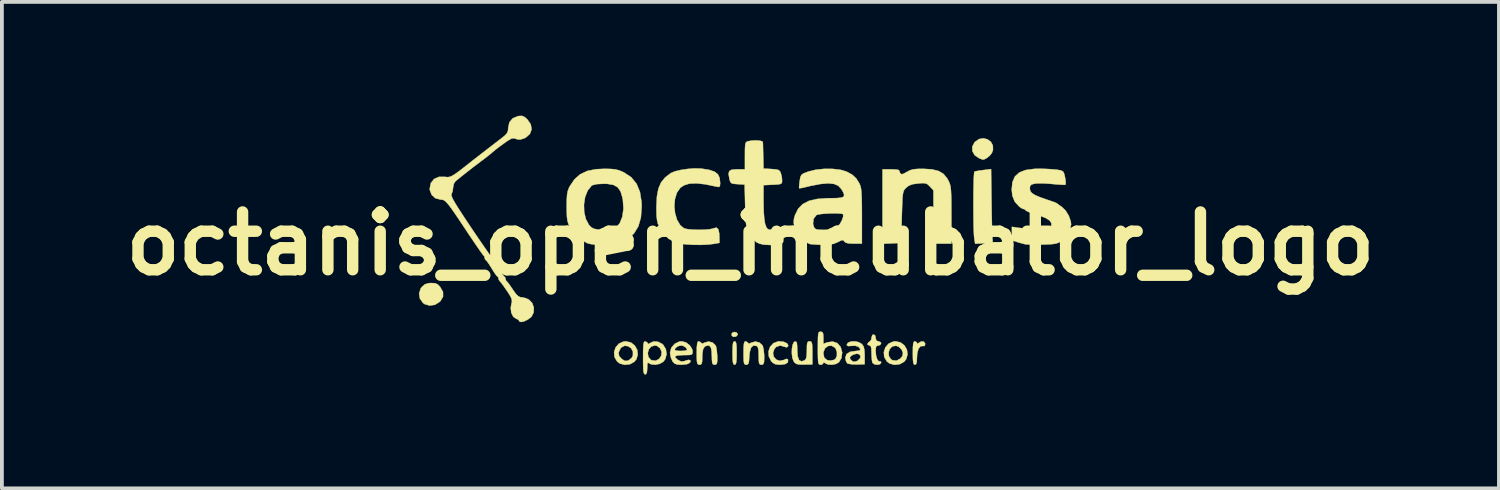
<source format=kicad_pcb>
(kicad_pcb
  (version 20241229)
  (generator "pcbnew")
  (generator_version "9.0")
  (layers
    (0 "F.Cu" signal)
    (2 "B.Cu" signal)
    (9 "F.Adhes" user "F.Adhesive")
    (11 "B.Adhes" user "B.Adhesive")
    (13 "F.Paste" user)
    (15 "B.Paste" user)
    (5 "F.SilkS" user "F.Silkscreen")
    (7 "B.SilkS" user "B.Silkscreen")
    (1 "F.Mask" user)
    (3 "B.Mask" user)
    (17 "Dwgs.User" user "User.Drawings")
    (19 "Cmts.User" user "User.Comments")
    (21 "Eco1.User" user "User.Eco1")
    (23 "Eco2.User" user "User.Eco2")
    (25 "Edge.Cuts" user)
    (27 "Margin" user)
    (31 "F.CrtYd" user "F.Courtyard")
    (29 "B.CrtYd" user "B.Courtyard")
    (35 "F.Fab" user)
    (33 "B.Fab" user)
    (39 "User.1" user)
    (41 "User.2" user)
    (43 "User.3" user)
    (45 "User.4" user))
  (footprint "octanis_open_incubator_logo"
    (layer "F.Cu")
    (at 16.735 3.373)
    (property "Reference" "octanis_open_incubator_logo" (at 0 0 0) (layer "F.SilkS") (effects (font (size 1.524 1.524) (thickness 0.3))))
    (attr through_hole)
    (fp_poly (pts (xy -0.363 2.345) (xy -0.334 2.387) (xy -0.336 2.404) (xy -0.381 2.451) (xy -0.447 2.459) (xy -0.491 2.43) (xy -0.492 2.371) (xy -0.478 2.351) (xy -0.422 2.329) (xy -0.363 2.345)) (stroke (width 0.01) (type solid)) (fill yes) (layer "F.SilkS"))
    (fp_poly (pts (xy -0.39 2.589) (xy -0.373 2.637) (xy -0.365 2.733) (xy -0.363 2.885) (xy -0.365 3.039) (xy -0.374 3.133) (xy -0.39 3.18) (xy -0.417 3.193) (xy -0.444 3.18) (xy -0.461 3.132) (xy -0.469 3.037) (xy -0.472 2.885) (xy -0.469 2.731) (xy -0.461 2.636) (xy -0.444 2.589) (xy -0.417 2.576) (xy -0.39 2.589)) (stroke (width 0.01) (type solid)) (fill yes) (layer "F.SilkS"))
    (fp_poly (pts (xy -8.311 1.045) (xy -8.237 1.081) (xy -8.179 1.144) (xy -8.105 1.275) (xy -8.104 1.399) (xy -8.174 1.516) (xy -8.193 1.535) (xy -8.318 1.613) (xy -8.457 1.633) (xy -8.588 1.595) (xy -8.632 1.564) (xy -8.714 1.45) (xy -8.735 1.317) (xy -8.695 1.187) (xy -8.665 1.145) (xy -8.584 1.074) (xy -8.485 1.043) (xy -8.422 1.039) (xy -8.311 1.045)) (stroke (width 0.01) (type solid)) (fill yes) (layer "F.SilkS"))
    (fp_poly (pts (xy 6.252 -2.749) (xy 6.34 -2.683) (xy 6.392 -2.586) (xy 6.395 -2.469) (xy 6.366 -2.391) (xy 6.311 -2.32) (xy 6.232 -2.256) (xy 6.157 -2.218) (xy 6.121 -2.216) (xy 6.086 -2.229) (xy 6.027 -2.253) (xy 5.913 -2.33) (xy 5.852 -2.438) (xy 5.85 -2.558) (xy 5.911 -2.673) (xy 5.916 -2.678) (xy 6.026 -2.756) (xy 6.142 -2.777) (xy 6.252 -2.749)) (stroke (width 0.01) (type solid)) (fill yes) (layer "F.SilkS"))
    (fp_poly (pts (xy 4.384 2.6) (xy 4.391 2.62) (xy 4.401 2.645) (xy 4.434 2.62) (xy 4.506 2.579) (xy 4.572 2.585) (xy 4.607 2.634) (xy 4.608 2.648) (xy 4.59 2.7) (xy 4.559 2.7) (xy 4.487 2.704) (xy 4.431 2.77) (xy 4.398 2.889) (xy 4.391 2.996) (xy 4.386 3.116) (xy 4.368 3.177) (xy 4.336 3.193) (xy 4.309 3.18) (xy 4.292 3.132) (xy 4.284 3.037) (xy 4.282 2.885) (xy 4.284 2.731) (xy 4.292 2.636) (xy 4.309 2.589) (xy 4.336 2.576) (xy 4.384 2.6)) (stroke (width 0.01) (type solid)) (fill yes) (layer "F.SilkS"))
    (fp_poly (pts (xy 6.357 -1.046) (xy 6.361 -0.792) (xy 6.366 -0.561) (xy 6.372 -0.363) (xy 6.377 -0.209) (xy 6.383 -0.108) (xy 6.387 -0.073) (xy 6.383 -0.042) (xy 6.339 -0.023) (xy 6.243 -0.012) (xy 6.164 -0.008) (xy 5.925 0.003) (xy 5.902 -0.135) (xy 5.894 -0.217) (xy 5.888 -0.351) (xy 5.883 -0.525) (xy 5.881 -0.727) (xy 5.879 -0.944) (xy 5.88 -1.165) (xy 5.881 -1.377) (xy 5.885 -1.568) (xy 5.889 -1.726) (xy 5.896 -1.839) (xy 5.903 -1.895) (xy 5.905 -1.898) (xy 5.954 -1.911) (xy 6.051 -1.927) (xy 6.139 -1.939) (xy 6.345 -1.964) (xy 6.357 -1.046)) (stroke (width 0.01) (type solid)) (fill yes) (layer "F.SilkS"))
    (fp_poly (pts (xy 0.883 2.591) (xy 0.966 2.63) (xy 0.997 2.683) (xy 0.993 2.703) (xy 0.959 2.737) (xy 0.906 2.721) (xy 0.785 2.687) (xy 0.683 2.721) (xy 0.631 2.777) (xy 0.595 2.884) (xy 0.615 2.982) (xy 0.679 3.056) (xy 0.771 3.091) (xy 0.877 3.069) (xy 0.88 3.068) (xy 0.951 3.038) (xy 0.985 3.051) (xy 0.992 3.065) (xy 0.987 3.131) (xy 0.919 3.175) (xy 0.795 3.193) (xy 0.776 3.193) (xy 0.661 3.182) (xy 0.585 3.139) (xy 0.547 3.098) (xy 0.484 2.97) (xy 0.478 2.838) (xy 0.521 2.717) (xy 0.606 2.625) (xy 0.726 2.579) (xy 0.763 2.576) (xy 0.883 2.591)) (stroke (width 0.01) (type solid)) (fill yes) (layer "F.SilkS"))
    (fp_poly (pts (xy 3.961 2.607) (xy 4.063 2.687) (xy 4.126 2.798) (xy 4.142 2.924) (xy 4.106 3.047) (xy 4.053 3.114) (xy 3.937 3.179) (xy 3.801 3.195) (xy 3.671 3.162) (xy 3.599 3.109) (xy 3.528 2.989) (xy 3.518 2.867) (xy 3.643 2.867) (xy 3.65 2.964) (xy 3.702 3.046) (xy 3.746 3.075) (xy 3.85 3.087) (xy 3.95 3.033) (xy 4.008 2.963) (xy 4.022 2.881) (xy 3.986 2.792) (xy 3.914 2.721) (xy 3.838 2.692) (xy 3.742 2.71) (xy 3.675 2.775) (xy 3.643 2.867) (xy 3.518 2.867) (xy 3.518 2.859) (xy 3.558 2.736) (xy 3.643 2.638) (xy 3.765 2.583) (xy 3.828 2.576) (xy 3.961 2.607)) (stroke (width 0.01) (type solid)) (fill yes) (layer "F.SilkS"))
    (fp_poly (pts (xy -3.151 2.607) (xy -3.049 2.687) (xy -2.986 2.798) (xy -2.97 2.924) (xy -3.006 3.047) (xy -3.059 3.114) (xy -3.175 3.179) (xy -3.311 3.195) (xy -3.441 3.162) (xy -3.513 3.109) (xy -3.584 2.989) (xy -3.593 2.875) (xy -3.478 2.875) (xy -3.46 2.969) (xy -3.39 3.043) (xy -3.312 3.091) (xy -3.244 3.09) (xy -3.208 3.076) (xy -3.132 3.015) (xy -3.098 2.951) (xy -3.098 2.843) (xy -3.147 2.757) (xy -3.225 2.704) (xy -3.316 2.693) (xy -3.401 2.735) (xy -3.427 2.766) (xy -3.478 2.875) (xy -3.593 2.875) (xy -3.594 2.859) (xy -3.554 2.736) (xy -3.469 2.638) (xy -3.347 2.583) (xy -3.284 2.576) (xy -3.151 2.607)) (stroke (width 0.01) (type solid)) (fill yes) (layer "F.SilkS"))
    (fp_poly (pts (xy 1.596 2.582) (xy 1.617 2.609) (xy 1.628 2.671) (xy 1.632 2.783) (xy 1.633 2.881) (xy 1.633 3.185) (xy 1.415 3.188) (xy 1.289 3.187) (xy 1.214 3.172) (xy 1.166 3.138) (xy 1.141 3.105) (xy 1.107 3.016) (xy 1.092 2.899) (xy 1.094 2.776) (xy 1.113 2.668) (xy 1.146 2.598) (xy 1.17 2.583) (xy 1.205 2.585) (xy 1.224 2.619) (xy 1.232 2.698) (xy 1.234 2.808) (xy 1.246 2.972) (xy 1.282 3.07) (xy 1.345 3.104) (xy 1.423 3.08) (xy 1.46 3.045) (xy 1.48 2.979) (xy 1.487 2.863) (xy 1.488 2.811) (xy 1.49 2.684) (xy 1.5 2.613) (xy 1.523 2.582) (xy 1.56 2.576) (xy 1.596 2.582)) (stroke (width 0.01) (type solid)) (fill yes) (layer "F.SilkS"))
    (fp_poly (pts (xy 3.291 2.426) (xy 3.302 2.486) (xy 3.319 2.557) (xy 3.375 2.576) (xy 3.434 2.599) (xy 3.447 2.631) (xy 3.417 2.675) (xy 3.375 2.685) (xy 3.327 2.697) (xy 3.306 2.746) (xy 3.302 2.833) (xy 3.313 2.955) (xy 3.341 3.05) (xy 3.38 3.101) (xy 3.413 3.101) (xy 3.442 3.111) (xy 3.447 3.137) (xy 3.418 3.178) (xy 3.351 3.194) (xy 3.276 3.184) (xy 3.222 3.148) (xy 3.215 3.136) (xy 3.203 3.068) (xy 3.195 2.958) (xy 3.193 2.882) (xy 3.188 2.762) (xy 3.171 2.701) (xy 3.139 2.685) (xy 3.09 2.665) (xy 3.084 2.648) (xy 3.113 2.604) (xy 3.139 2.589) (xy 3.181 2.541) (xy 3.193 2.482) (xy 3.213 2.412) (xy 3.248 2.395) (xy 3.291 2.426)) (stroke (width 0.01) (type solid)) (fill yes) (layer "F.SilkS"))
    (fp_poly (pts (xy -1.309 2.601) (xy -1.299 2.618) (xy -1.268 2.638) (xy -1.207 2.61) (xy -1.103 2.582) (xy -0.999 2.608) (xy -0.921 2.68) (xy -0.903 2.722) (xy -0.888 2.811) (xy -0.877 2.936) (xy -0.874 3.003) (xy -0.876 3.115) (xy -0.889 3.172) (xy -0.921 3.192) (xy -0.943 3.193) (xy -0.986 3.184) (xy -1.007 3.146) (xy -1.015 3.062) (xy -1.016 2.997) (xy -1.022 2.838) (xy -1.042 2.741) (xy -1.081 2.694) (xy -1.121 2.685) (xy -1.2 2.708) (xy -1.247 2.78) (xy -1.268 2.911) (xy -1.27 2.983) (xy -1.273 3.102) (xy -1.285 3.165) (xy -1.313 3.19) (xy -1.343 3.193) (xy -1.378 3.187) (xy -1.399 3.161) (xy -1.411 3.099) (xy -1.415 2.988) (xy -1.415 2.885) (xy -1.413 2.729) (xy -1.403 2.633) (xy -1.386 2.586) (xy -1.364 2.576) (xy -1.309 2.601)) (stroke (width 0.01) (type solid)) (fill yes) (layer "F.SilkS"))
    (fp_poly (pts (xy -0.075 2.601) (xy -0.065 2.618) (xy -0.035 2.638) (xy 0.023 2.612) (xy 0.13 2.582) (xy 0.236 2.608) (xy 0.315 2.679) (xy 0.328 2.707) (xy 0.348 2.796) (xy 0.361 2.922) (xy 0.363 2.996) (xy 0.36 3.11) (xy 0.346 3.17) (xy 0.315 3.191) (xy 0.29 3.193) (xy 0.251 3.186) (xy 0.229 3.153) (xy 0.22 3.079) (xy 0.218 2.956) (xy 0.214 2.82) (xy 0.199 2.74) (xy 0.17 2.702) (xy 0.158 2.696) (xy 0.074 2.689) (xy 0.015 2.745) (xy -0.019 2.865) (xy -0.029 2.97) (xy -0.038 3.094) (xy -0.053 3.162) (xy -0.081 3.189) (xy -0.111 3.193) (xy -0.145 3.187) (xy -0.166 3.159) (xy -0.177 3.095) (xy -0.181 2.982) (xy -0.181 2.885) (xy -0.179 2.729) (xy -0.17 2.633) (xy -0.152 2.586) (xy -0.13 2.576) (xy -0.075 2.601)) (stroke (width 0.01) (type solid)) (fill yes) (layer "F.SilkS"))
    (fp_poly (pts (xy 2.853 2.598) (xy 2.936 2.646) (xy 2.939 2.649) (xy 2.982 2.709) (xy 3.004 2.796) (xy 3.012 2.929) (xy 3.012 2.951) (xy 3.012 3.18) (xy 2.801 3.186) (xy 2.671 3.182) (xy 2.577 3.165) (xy 2.547 3.149) (xy 2.515 3.083) (xy 2.504 3.004) (xy 2.505 3) (xy 2.62 3) (xy 2.633 3.047) (xy 2.646 3.062) (xy 2.706 3.113) (xy 2.775 3.11) (xy 2.833 3.083) (xy 2.89 3.023) (xy 2.903 2.974) (xy 2.875 2.919) (xy 2.805 2.902) (xy 2.715 2.925) (xy 2.666 2.953) (xy 2.62 3) (xy 2.505 3) (xy 2.535 2.91) (xy 2.629 2.852) (xy 2.783 2.83) (xy 2.796 2.83) (xy 2.881 2.817) (xy 2.898 2.78) (xy 2.848 2.721) (xy 2.767 2.693) (xy 2.667 2.696) (xy 2.576 2.702) (xy 2.541 2.679) (xy 2.54 2.669) (xy 2.571 2.614) (xy 2.648 2.583) (xy 2.749 2.577) (xy 2.853 2.598)) (stroke (width 0.01) (type solid)) (fill yes) (layer "F.SilkS"))
    (fp_poly (pts (xy -2.722 2.604) (xy -2.711 2.622) (xy -2.687 2.649) (xy -2.646 2.622) (xy -2.554 2.58) (xy -2.439 2.587) (xy -2.329 2.642) (xy -2.302 2.665) (xy -2.23 2.782) (xy -2.211 2.918) (xy -2.246 3.046) (xy -2.297 3.114) (xy -2.393 3.169) (xy -2.51 3.193) (xy -2.619 3.182) (xy -2.678 3.15) (xy -2.705 3.138) (xy -2.718 3.18) (xy -2.721 3.277) (xy -2.728 3.387) (xy -2.75 3.439) (xy -2.776 3.447) (xy -2.799 3.436) (xy -2.815 3.396) (xy -2.825 3.316) (xy -2.829 3.184) (xy -2.83 3.012) (xy -2.829 2.887) (xy -2.707 2.887) (xy -2.691 2.985) (xy -2.628 3.061) (xy -2.604 3.074) (xy -2.497 3.089) (xy -2.405 3.037) (xy -2.352 2.957) (xy -2.339 2.855) (xy -2.381 2.76) (xy -2.461 2.697) (xy -2.522 2.685) (xy -2.618 2.715) (xy -2.681 2.79) (xy -2.707 2.887) (xy -2.829 2.887) (xy -2.829 2.822) (xy -2.823 2.694) (xy -2.813 2.618) (xy -2.795 2.583) (xy -2.779 2.576) (xy -2.722 2.604)) (stroke (width 0.01) (type solid)) (fill yes) (layer "F.SilkS"))
    (fp_poly (pts (xy -1.696 2.607) (xy -1.597 2.684) (xy -1.534 2.787) (xy -1.524 2.847) (xy -1.528 2.896) (xy -1.551 2.924) (xy -1.609 2.936) (xy -1.718 2.939) (xy -1.76 2.939) (xy -1.903 2.945) (xy -1.977 2.965) (xy -1.984 3.001) (xy -1.927 3.055) (xy -1.904 3.07) (xy -1.82 3.11) (xy -1.743 3.099) (xy -1.719 3.089) (xy -1.634 3.064) (xy -1.584 3.077) (xy -1.584 3.12) (xy -1.599 3.142) (xy -1.666 3.176) (xy -1.785 3.192) (xy -1.818 3.193) (xy -1.932 3.187) (xy -2.001 3.161) (xy -2.052 3.105) (xy -2.057 3.098) (xy -2.101 2.993) (xy -2.119 2.875) (xy -2.1 2.801) (xy -1.996 2.801) (xy -1.963 2.819) (xy -1.881 2.829) (xy -1.832 2.83) (xy -1.735 2.825) (xy -1.677 2.81) (xy -1.669 2.801) (xy -1.7 2.741) (xy -1.774 2.696) (xy -1.832 2.685) (xy -1.917 2.707) (xy -1.98 2.759) (xy -1.996 2.801) (xy -2.1 2.801) (xy -2.086 2.747) (xy -1.999 2.644) (xy -1.878 2.584) (xy -1.811 2.576) (xy -1.696 2.607)) (stroke (width 0.01) (type solid)) (fill yes) (layer "F.SilkS"))
    (fp_poly (pts (xy 1.896 2.333) (xy 1.918 2.378) (xy 1.923 2.476) (xy 1.923 2.482) (xy 1.923 2.643) (xy 2.026 2.604) (xy 2.169 2.582) (xy 2.291 2.624) (xy 2.38 2.727) (xy 2.419 2.872) (xy 2.398 3.02) (xy 2.334 3.127) (xy 2.255 3.173) (xy 2.144 3.193) (xy 2.035 3.183) (xy 1.967 3.15) (xy 1.931 3.124) (xy 1.923 3.15) (xy 1.893 3.185) (xy 1.851 3.193) (xy 1.82 3.189) (xy 1.799 3.168) (xy 1.787 3.119) (xy 1.781 3.029) (xy 1.778 2.898) (xy 1.923 2.898) (xy 1.948 3.011) (xy 2.024 3.072) (xy 2.105 3.084) (xy 2.193 3.068) (xy 2.242 3.041) (xy 2.28 2.959) (xy 2.28 2.854) (xy 2.244 2.76) (xy 2.229 2.742) (xy 2.137 2.691) (xy 2.044 2.7) (xy 1.967 2.759) (xy 1.926 2.86) (xy 1.923 2.898) (xy 1.778 2.898) (xy 1.778 2.886) (xy 1.778 2.758) (xy 1.779 2.574) (xy 1.782 2.451) (xy 1.79 2.376) (xy 1.805 2.338) (xy 1.829 2.324) (xy 1.851 2.322) (xy 1.896 2.333)) (stroke (width 0.01) (type solid)) (fill yes) (layer "F.SilkS"))
    (fp_poly (pts (xy 4.787 -1.958) (xy 4.96 -1.915) (xy 5.089 -1.839) (xy 5.186 -1.722) (xy 5.216 -1.668) (xy 5.244 -1.611) (xy 5.264 -1.552) (xy 5.279 -1.482) (xy 5.288 -1.389) (xy 5.294 -1.262) (xy 5.297 -1.088) (xy 5.298 -0.858) (xy 5.298 -0.754) (xy 5.298 0) (xy 4.826 0) (xy 4.826 -1.405) (xy 4.733 -1.505) (xy 4.675 -1.561) (xy 4.618 -1.589) (xy 4.538 -1.595) (xy 4.419 -1.586) (xy 4.275 -1.566) (xy 4.177 -1.529) (xy 4.104 -1.472) (xy 4.071 -1.437) (xy 4.046 -1.4) (xy 4.029 -1.351) (xy 4.016 -1.278) (xy 4.007 -1.17) (xy 4.001 -1.016) (xy 3.994 -0.805) (xy 3.991 -0.698) (xy 3.973 -0.018) (xy 3.728 -0.007) (xy 3.483 0.003) (xy 3.483 -1.959) (xy 3.701 -1.959) (xy 3.816 -1.955) (xy 3.895 -1.945) (xy 3.919 -1.932) (xy 3.937 -1.881) (xy 3.952 -1.854) (xy 3.983 -1.829) (xy 4.036 -1.841) (xy 4.122 -1.889) (xy 4.206 -1.933) (xy 4.294 -1.959) (xy 4.41 -1.97) (xy 4.557 -1.972) (xy 4.787 -1.958)) (stroke (width 0.01) (type solid)) (fill yes) (layer "F.SilkS"))
    (fp_poly (pts (xy -1.311 -1.979) (xy -1.288 -1.977) (xy -1.086 -1.944) (xy -0.946 -1.897) (xy -0.858 -1.829) (xy -0.812 -1.732) (xy -0.798 -1.598) (xy -0.798 -1.59) (xy -0.805 -1.514) (xy -0.837 -1.493) (xy -0.898 -1.503) (xy -1.19 -1.564) (xy -1.426 -1.59) (xy -1.611 -1.581) (xy -1.754 -1.537) (xy -1.849 -1.471) (xy -1.939 -1.342) (xy -1.99 -1.175) (xy -2.006 -0.988) (xy -1.986 -0.799) (xy -1.934 -0.625) (xy -1.85 -0.485) (xy -1.753 -0.405) (xy -1.673 -0.384) (xy -1.545 -0.37) (xy -1.39 -0.364) (xy -1.231 -0.366) (xy -1.091 -0.376) (xy -0.993 -0.395) (xy -0.973 -0.403) (xy -0.897 -0.422) (xy -0.848 -0.38) (xy -0.823 -0.273) (xy -0.819 -0.192) (xy -0.816 -0.02) (xy -0.962 0.006) (xy -1.12 0.025) (xy -1.312 0.033) (xy -1.516 0.031) (xy -1.709 0.019) (xy -1.868 -0.001) (xy -1.953 -0.022) (xy -2.155 -0.126) (xy -2.312 -0.283) (xy -2.399 -0.431) (xy -2.438 -0.521) (xy -2.461 -0.614) (xy -2.474 -0.731) (xy -2.478 -0.89) (xy -2.478 -0.98) (xy -2.465 -1.243) (xy -2.426 -1.45) (xy -2.356 -1.613) (xy -2.248 -1.746) (xy -2.097 -1.86) (xy -1.991 -1.905) (xy -1.836 -1.942) (xy -1.655 -1.969) (xy -1.472 -1.983) (xy -1.311 -1.979)) (stroke (width 0.01) (type solid)) (fill yes) (layer "F.SilkS"))
    (fp_poly (pts (xy -3.689 -1.969) (xy -3.565 -1.958) (xy -3.464 -1.932) (xy -3.36 -1.889) (xy -3.334 -1.876) (xy -3.142 -1.749) (xy -3.002 -1.579) (xy -2.913 -1.363) (xy -2.871 -1.097) (xy -2.867 -0.975) (xy -2.888 -0.689) (xy -2.955 -0.455) (xy -3.071 -0.266) (xy -3.24 -0.117) (xy -3.295 -0.082) (xy -3.383 -0.035) (xy -3.469 -0.005) (xy -3.572 0.013) (xy -3.714 0.023) (xy -3.828 0.027) (xy -4.029 0.029) (xy -4.174 0.019) (xy -4.279 -0.004) (xy -4.316 -0.019) (xy -4.53 -0.145) (xy -4.687 -0.308) (xy -4.755 -0.42) (xy -4.796 -0.509) (xy -4.822 -0.596) (xy -4.837 -0.7) (xy -4.843 -0.842) (xy -4.844 -0.977) (xy -4.843 -1.032) (xy -4.389 -1.032) (xy -4.383 -0.832) (xy -4.339 -0.647) (xy -4.258 -0.494) (xy -4.201 -0.434) (xy -4.133 -0.394) (xy -4.037 -0.373) (xy -3.892 -0.365) (xy -3.864 -0.365) (xy -3.723 -0.371) (xy -3.611 -0.388) (xy -3.553 -0.409) (xy -3.446 -0.536) (xy -3.376 -0.711) (xy -3.347 -0.922) (xy -3.363 -1.152) (xy -3.372 -1.204) (xy -3.422 -1.372) (xy -3.497 -1.484) (xy -3.61 -1.548) (xy -3.773 -1.576) (xy -3.868 -1.578) (xy -4.049 -1.569) (xy -4.162 -1.542) (xy -4.188 -1.526) (xy -4.291 -1.398) (xy -4.359 -1.227) (xy -4.389 -1.032) (xy -4.843 -1.032) (xy -4.842 -1.161) (xy -4.833 -1.292) (xy -4.815 -1.388) (xy -4.785 -1.468) (xy -4.766 -1.506) (xy -4.64 -1.694) (xy -4.489 -1.828) (xy -4.302 -1.916) (xy -4.069 -1.962) (xy -3.86 -1.972) (xy -3.689 -1.969)) (stroke (width 0.01) (type solid)) (fill yes) (layer "F.SilkS"))
    (fp_poly (pts (xy 0.26 -2.712) (xy 0.32 -2.69) (xy 0.328 -2.676) (xy 0.33 -2.621) (xy 0.333 -2.513) (xy 0.336 -2.371) (xy 0.338 -2.304) (xy 0.345 -1.978) (xy 0.555 -1.967) (xy 0.676 -1.957) (xy 0.746 -1.938) (xy 0.783 -1.9) (xy 0.8 -1.864) (xy 0.827 -1.756) (xy 0.835 -1.668) (xy 0.832 -1.613) (xy 0.812 -1.581) (xy 0.76 -1.564) (xy 0.659 -1.556) (xy 0.59 -1.553) (xy 0.345 -1.542) (xy 0.345 -1.089) (xy 0.35 -0.861) (xy 0.363 -0.674) (xy 0.383 -0.539) (xy 0.394 -0.499) (xy 0.425 -0.42) (xy 0.462 -0.38) (xy 0.527 -0.365) (xy 0.634 -0.363) (xy 0.756 -0.355) (xy 0.828 -0.321) (xy 0.861 -0.245) (xy 0.87 -0.114) (xy 0.87 -0.104) (xy 0.861 -0.039) (xy 0.824 0.003) (xy 0.748 0.026) (xy 0.618 0.035) (xy 0.514 0.036) (xy 0.349 0.027) (xy 0.231 -0.001) (xy 0.156 -0.039) (xy 0.071 -0.117) (xy -0.012 -0.229) (xy -0.043 -0.283) (xy -0.076 -0.358) (xy -0.1 -0.435) (xy -0.116 -0.529) (xy -0.127 -0.655) (xy -0.135 -0.827) (xy -0.139 -1.005) (xy -0.152 -1.557) (xy -0.338 -1.568) (xy -0.448 -1.577) (xy -0.507 -1.597) (xy -0.537 -1.644) (xy -0.556 -1.715) (xy -0.576 -1.839) (xy -0.558 -1.913) (xy -0.491 -1.949) (xy -0.364 -1.959) (xy -0.346 -1.959) (xy -0.145 -1.959) (xy -0.145 -2.318) (xy -0.144 -2.482) (xy -0.139 -2.588) (xy -0.127 -2.65) (xy -0.106 -2.681) (xy -0.071 -2.697) (xy -0.064 -2.699) (xy 0.046 -2.717) (xy 0.161 -2.721) (xy 0.26 -2.712)) (stroke (width 0.01) (type solid)) (fill yes) (layer "F.SilkS"))
    (fp_poly (pts (xy 7.784 -1.97) (xy 7.948 -1.961) (xy 8.075 -1.949) (xy 8.094 -1.947) (xy 8.192 -1.928) (xy 8.246 -1.898) (xy 8.275 -1.835) (xy 8.296 -1.741) (xy 8.312 -1.635) (xy 8.31 -1.566) (xy 8.301 -1.551) (xy 8.252 -1.55) (xy 8.15 -1.556) (xy 8.013 -1.567) (xy 7.948 -1.573) (xy 7.785 -1.586) (xy 7.634 -1.59) (xy 7.52 -1.585) (xy 7.497 -1.582) (xy 7.409 -1.558) (xy 7.373 -1.516) (xy 7.366 -1.449) (xy 7.378 -1.388) (xy 7.419 -1.334) (xy 7.499 -1.282) (xy 7.628 -1.226) (xy 7.815 -1.16) (xy 7.874 -1.141) (xy 7.985 -1.102) (xy 8.065 -1.07) (xy 8.092 -1.054) (xy 8.132 -1.021) (xy 8.206 -0.971) (xy 8.209 -0.969) (xy 8.309 -0.873) (xy 8.394 -0.734) (xy 8.446 -0.584) (xy 8.455 -0.505) (xy 8.423 -0.36) (xy 8.339 -0.212) (xy 8.216 -0.084) (xy 8.189 -0.064) (xy 8.127 -0.026) (xy 8.057 -0.002) (xy 7.961 0.013) (xy 7.822 0.021) (xy 7.693 0.025) (xy 7.527 0.026) (xy 7.382 0.024) (xy 7.277 0.02) (xy 7.239 0.015) (xy 7.156 -0.007) (xy 7.047 -0.038) (xy 7.03 -0.043) (xy 6.949 -0.071) (xy 6.909 -0.108) (xy 6.896 -0.176) (xy 6.894 -0.264) (xy 6.894 -0.443) (xy 7.048 -0.419) (xy 7.154 -0.407) (xy 7.307 -0.393) (xy 7.479 -0.381) (xy 7.555 -0.376) (xy 7.907 -0.356) (xy 7.932 -0.456) (xy 7.935 -0.537) (xy 7.893 -0.605) (xy 7.799 -0.668) (xy 7.645 -0.73) (xy 7.527 -0.767) (xy 7.4 -0.809) (xy 7.305 -0.847) (xy 7.259 -0.874) (xy 7.257 -0.878) (xy 7.228 -0.906) (xy 7.212 -0.908) (xy 7.152 -0.931) (xy 7.091 -0.973) (xy 6.97 -1.105) (xy 6.906 -1.263) (xy 6.889 -1.426) (xy 6.908 -1.62) (xy 6.972 -1.768) (xy 7.086 -1.873) (xy 7.255 -1.94) (xy 7.483 -1.971) (xy 7.616 -1.974) (xy 7.784 -1.97)) (stroke (width 0.01) (type solid)) (fill yes) (layer "F.SilkS"))
    (fp_poly (pts (xy 2.17 -1.97) (xy 2.378 -1.945) (xy 2.541 -1.896) (xy 2.688 -1.814) (xy 2.791 -1.717) (xy 2.877 -1.579) (xy 2.88 -1.571) (xy 2.901 -1.518) (xy 2.917 -1.446) (xy 2.927 -1.344) (xy 2.934 -1.202) (xy 2.938 -1.009) (xy 2.939 -0.756) (xy 2.939 -0.728) (xy 2.939 0) (xy 2.723 0) (xy 2.587 -0.006) (xy 2.507 -0.027) (xy 2.475 -0.058) (xy 2.448 -0.09) (xy 2.406 -0.089) (xy 2.328 -0.053) (xy 2.301 -0.039) (xy 2.192 0.006) (xy 2.067 0.028) (xy 1.906 0.031) (xy 1.764 0.027) (xy 1.642 0.019) (xy 1.568 0.011) (xy 1.463 -0.038) (xy 1.35 -0.134) (xy 1.248 -0.257) (xy 1.177 -0.387) (xy 1.163 -0.43) (xy 1.144 -0.529) (xy 1.65 -0.529) (xy 1.667 -0.458) (xy 1.691 -0.408) (xy 1.727 -0.38) (xy 1.793 -0.366) (xy 1.908 -0.363) (xy 1.957 -0.363) (xy 2.101 -0.367) (xy 2.195 -0.382) (xy 2.262 -0.415) (xy 2.298 -0.445) (xy 2.361 -0.521) (xy 2.413 -0.617) (xy 2.445 -0.708) (xy 2.445 -0.77) (xy 2.44 -0.777) (xy 2.39 -0.791) (xy 2.287 -0.798) (xy 2.155 -0.798) (xy 2.012 -0.793) (xy 1.881 -0.782) (xy 1.782 -0.767) (xy 1.738 -0.752) (xy 1.666 -0.655) (xy 1.65 -0.529) (xy 1.144 -0.529) (xy 1.14 -0.552) (xy 1.149 -0.66) (xy 1.176 -0.751) (xy 1.257 -0.917) (xy 1.377 -1.041) (xy 1.542 -1.127) (xy 1.76 -1.178) (xy 2.036 -1.197) (xy 2.089 -1.197) (xy 2.275 -1.2) (xy 2.395 -1.212) (xy 2.458 -1.238) (xy 2.471 -1.286) (xy 2.443 -1.361) (xy 2.396 -1.44) (xy 2.318 -1.525) (xy 2.204 -1.574) (xy 2.046 -1.59) (xy 1.839 -1.571) (xy 1.576 -1.52) (xy 1.456 -1.49) (xy 1.358 -1.468) (xy 1.296 -1.459) (xy 1.285 -1.46) (xy 1.283 -1.5) (xy 1.291 -1.587) (xy 1.299 -1.65) (xy 1.316 -1.75) (xy 1.344 -1.811) (xy 1.4 -1.851) (xy 1.504 -1.891) (xy 1.524 -1.899) (xy 1.719 -1.947) (xy 1.942 -1.971) (xy 2.17 -1.97)) (stroke (width 0.01) (type solid)) (fill yes) (layer "F.SilkS"))
    (fp_poly (pts (xy -5.953 -3.338) (xy -5.88 -3.273) (xy -5.791 -3.144) (xy -5.77 -3.014) (xy -5.813 -2.894) (xy -5.92 -2.798) (xy -5.97 -2.773) (xy -6.077 -2.742) (xy -6.164 -2.754) (xy -6.182 -2.762) (xy -6.241 -2.78) (xy -6.301 -2.769) (xy -6.384 -2.722) (xy -6.445 -2.681) (xy -6.589 -2.577) (xy -6.7 -2.493) (xy -6.806 -2.406) (xy -6.834 -2.381) (xy -6.904 -2.324) (xy -7.009 -2.243) (xy -7.112 -2.165) (xy -7.308 -2.017) (xy -7.542 -1.834) (xy -7.774 -1.648) (xy -7.821 -1.576) (xy -7.838 -1.488) (xy -7.851 -1.386) (xy -7.878 -1.313) (xy -7.885 -1.285) (xy -7.875 -1.241) (xy -7.845 -1.173) (xy -7.79 -1.076) (xy -7.707 -0.941) (xy -7.591 -0.762) (xy -7.439 -0.532) (xy -7.397 -0.47) (xy -7.256 -0.26) (xy -7.126 -0.07) (xy -7.015 0.091) (xy -6.928 0.216) (xy -6.871 0.295) (xy -6.849 0.321) (xy -6.824 0.362) (xy -6.822 0.384) (xy -6.806 0.431) (xy -6.795 0.436) (xy -6.764 0.465) (xy -6.71 0.542) (xy -6.643 0.649) (xy -6.64 0.653) (xy -6.573 0.761) (xy -6.518 0.839) (xy -6.487 0.87) (xy -6.486 0.87) (xy -6.462 0.9) (xy -6.459 0.922) (xy -6.443 0.977) (xy -6.432 0.986) (xy -6.399 1.02) (xy -6.341 1.099) (xy -6.269 1.205) (xy -6.268 1.207) (xy -6.185 1.324) (xy -6.12 1.389) (xy -6.06 1.414) (xy -6.038 1.415) (xy -5.938 1.434) (xy -5.841 1.476) (xy -5.754 1.565) (xy -5.711 1.686) (xy -5.715 1.814) (xy -5.77 1.924) (xy -5.787 1.941) (xy -5.875 2.006) (xy -5.969 2.05) (xy -6.047 2.067) (xy -6.092 2.052) (xy -6.096 2.036) (xy -6.126 2.002) (xy -6.165 1.986) (xy -6.252 1.929) (xy -6.305 1.824) (xy -6.319 1.692) (xy -6.306 1.613) (xy -6.289 1.537) (xy -6.291 1.475) (xy -6.318 1.406) (xy -6.376 1.309) (xy -6.427 1.234) (xy -6.505 1.121) (xy -6.57 1.034) (xy -6.609 0.989) (xy -6.613 0.986) (xy -6.638 0.944) (xy -6.64 0.922) (xy -6.656 0.876) (xy -6.668 0.87) (xy -6.698 0.841) (xy -6.752 0.765) (xy -6.819 0.658) (xy -6.822 0.653) (xy -6.889 0.545) (xy -6.944 0.467) (xy -6.975 0.436) (xy -6.976 0.436) (xy -7 0.406) (xy -7.003 0.384) (xy -7.019 0.33) (xy -7.03 0.321) (xy -7.058 0.288) (xy -7.118 0.204) (xy -7.207 0.077) (xy -7.316 -0.084) (xy -7.441 -0.269) (xy -7.491 -0.345) (xy -7.653 -0.589) (xy -7.781 -0.778) (xy -7.88 -0.921) (xy -7.957 -1.023) (xy -8.016 -1.091) (xy -8.063 -1.132) (xy -8.103 -1.153) (xy -8.143 -1.161) (xy -8.166 -1.161) (xy -8.301 -1.194) (xy -8.401 -1.281) (xy -8.451 -1.407) (xy -8.455 -1.451) (xy -8.424 -1.599) (xy -8.34 -1.704) (xy -8.211 -1.76) (xy -8.054 -1.76) (xy -7.995 -1.753) (xy -7.94 -1.758) (xy -7.877 -1.781) (xy -7.798 -1.827) (xy -7.691 -1.903) (xy -7.546 -2.015) (xy -7.402 -2.129) (xy -7.317 -2.196) (xy -7.19 -2.294) (xy -7.04 -2.411) (xy -6.882 -2.533) (xy -6.734 -2.647) (xy -6.613 -2.74) (xy -6.595 -2.753) (xy -6.485 -2.84) (xy -6.422 -2.905) (xy -6.394 -2.965) (xy -6.386 -3.038) (xy -6.386 -3.047) (xy -6.356 -3.196) (xy -6.268 -3.303) (xy -6.129 -3.361) (xy -6.119 -3.363) (xy -6.026 -3.368) (xy -5.953 -3.338)) (stroke (width 0.01) (type solid)) (fill yes) (layer "F.SilkS")))
  (gr_rect
    (start -3 -3)
    (end 36.47 9.825)
    (stroke (width 0.1) (type default))
    (fill no)
    (layer "Edge.Cuts")))
</source>
